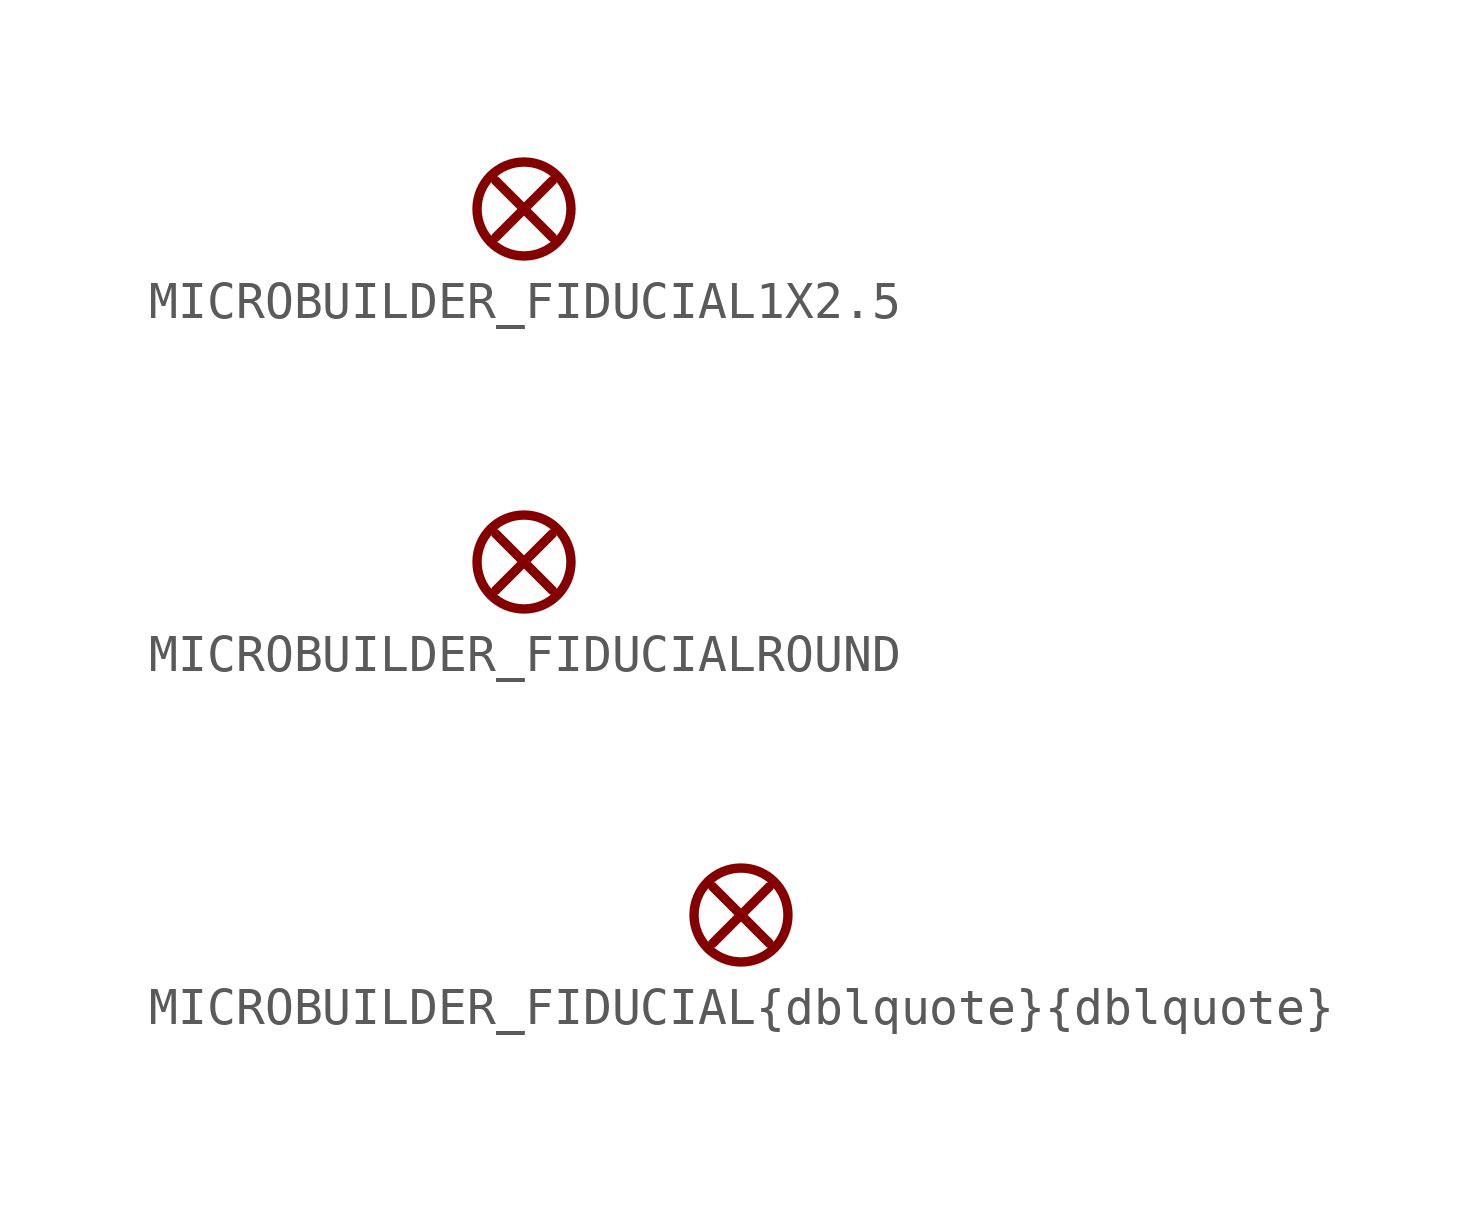
<source format=kicad_sym>
(kicad_symbol_lib
  (version 20241209)
  (generator "kicad_symbol_editor")
  (generator_version "9.0")
  (symbol "MICROBUILDER_FIDUCIAL1X2.5"
    (property "Reference" "FID"
      (at 0 0 0)
      (effects (font (size 1.27 1.27)) (hide yes)))
    (property "ki_locked" ""
      (at 0 0 0)
      (effects (font (size 1.27 1.27))))
    (symbol "MICROBUILDER_FIDUCIAL1X2.5_1_0"
      (polyline (pts (xy -0.762 0.762) (xy 0.762 -0.762)) (stroke (width 0.254) (type solid)) (fill (type none)))
      (circle (center 0 0) (radius 1.27) (stroke (width 0.254) (type solid)) (fill (type none)))
      (polyline (pts (xy 0.762 0.762) (xy -0.762 -0.762)) (stroke (width 0.254) (type solid)) (fill (type none)))))
  (symbol "MICROBUILDER_FIDUCIALROUND"
    (property "Reference" "FID"
      (at 0 0 0)
      (effects (font (size 1.27 1.27)) (hide yes)))
    (property "ki_locked" ""
      (at 0 0 0)
      (effects (font (size 1.27 1.27))))
    (symbol "MICROBUILDER_FIDUCIALROUND_1_0"
      (polyline (pts (xy -0.762 0.762) (xy 0.762 -0.762)) (stroke (width 0.254) (type solid)) (fill (type none)))
      (circle (center 0 0) (radius 1.27) (stroke (width 0.254) (type solid)) (fill (type none)))
      (polyline (pts (xy 0.762 0.762) (xy -0.762 -0.762)) (stroke (width 0.254) (type solid)) (fill (type none)))))
  (symbol "MICROBUILDER_FIDUCIAL{dblquote}{dblquote}"
    (property "Reference" "FID"
      (at 0 0 0)
      (effects (font (size 1.27 1.27)) (hide yes)))
    (property "ki_locked" ""
      (at 0 0 0)
      (effects (font (size 1.27 1.27))))
    (symbol "MICROBUILDER_FIDUCIAL{dblquote}{dblquote}_1_0"
      (polyline (pts (xy -0.762 0.762) (xy 0.762 -0.762)) (stroke (width 0.254) (type solid)) (fill (type none)))
      (circle (center 0 0) (radius 1.27) (stroke (width 0.254) (type solid)) (fill (type none)))
      (polyline (pts (xy 0.762 0.762) (xy -0.762 -0.762)) (stroke (width 0.254) (type solid)) (fill (type none))))))
</source>
